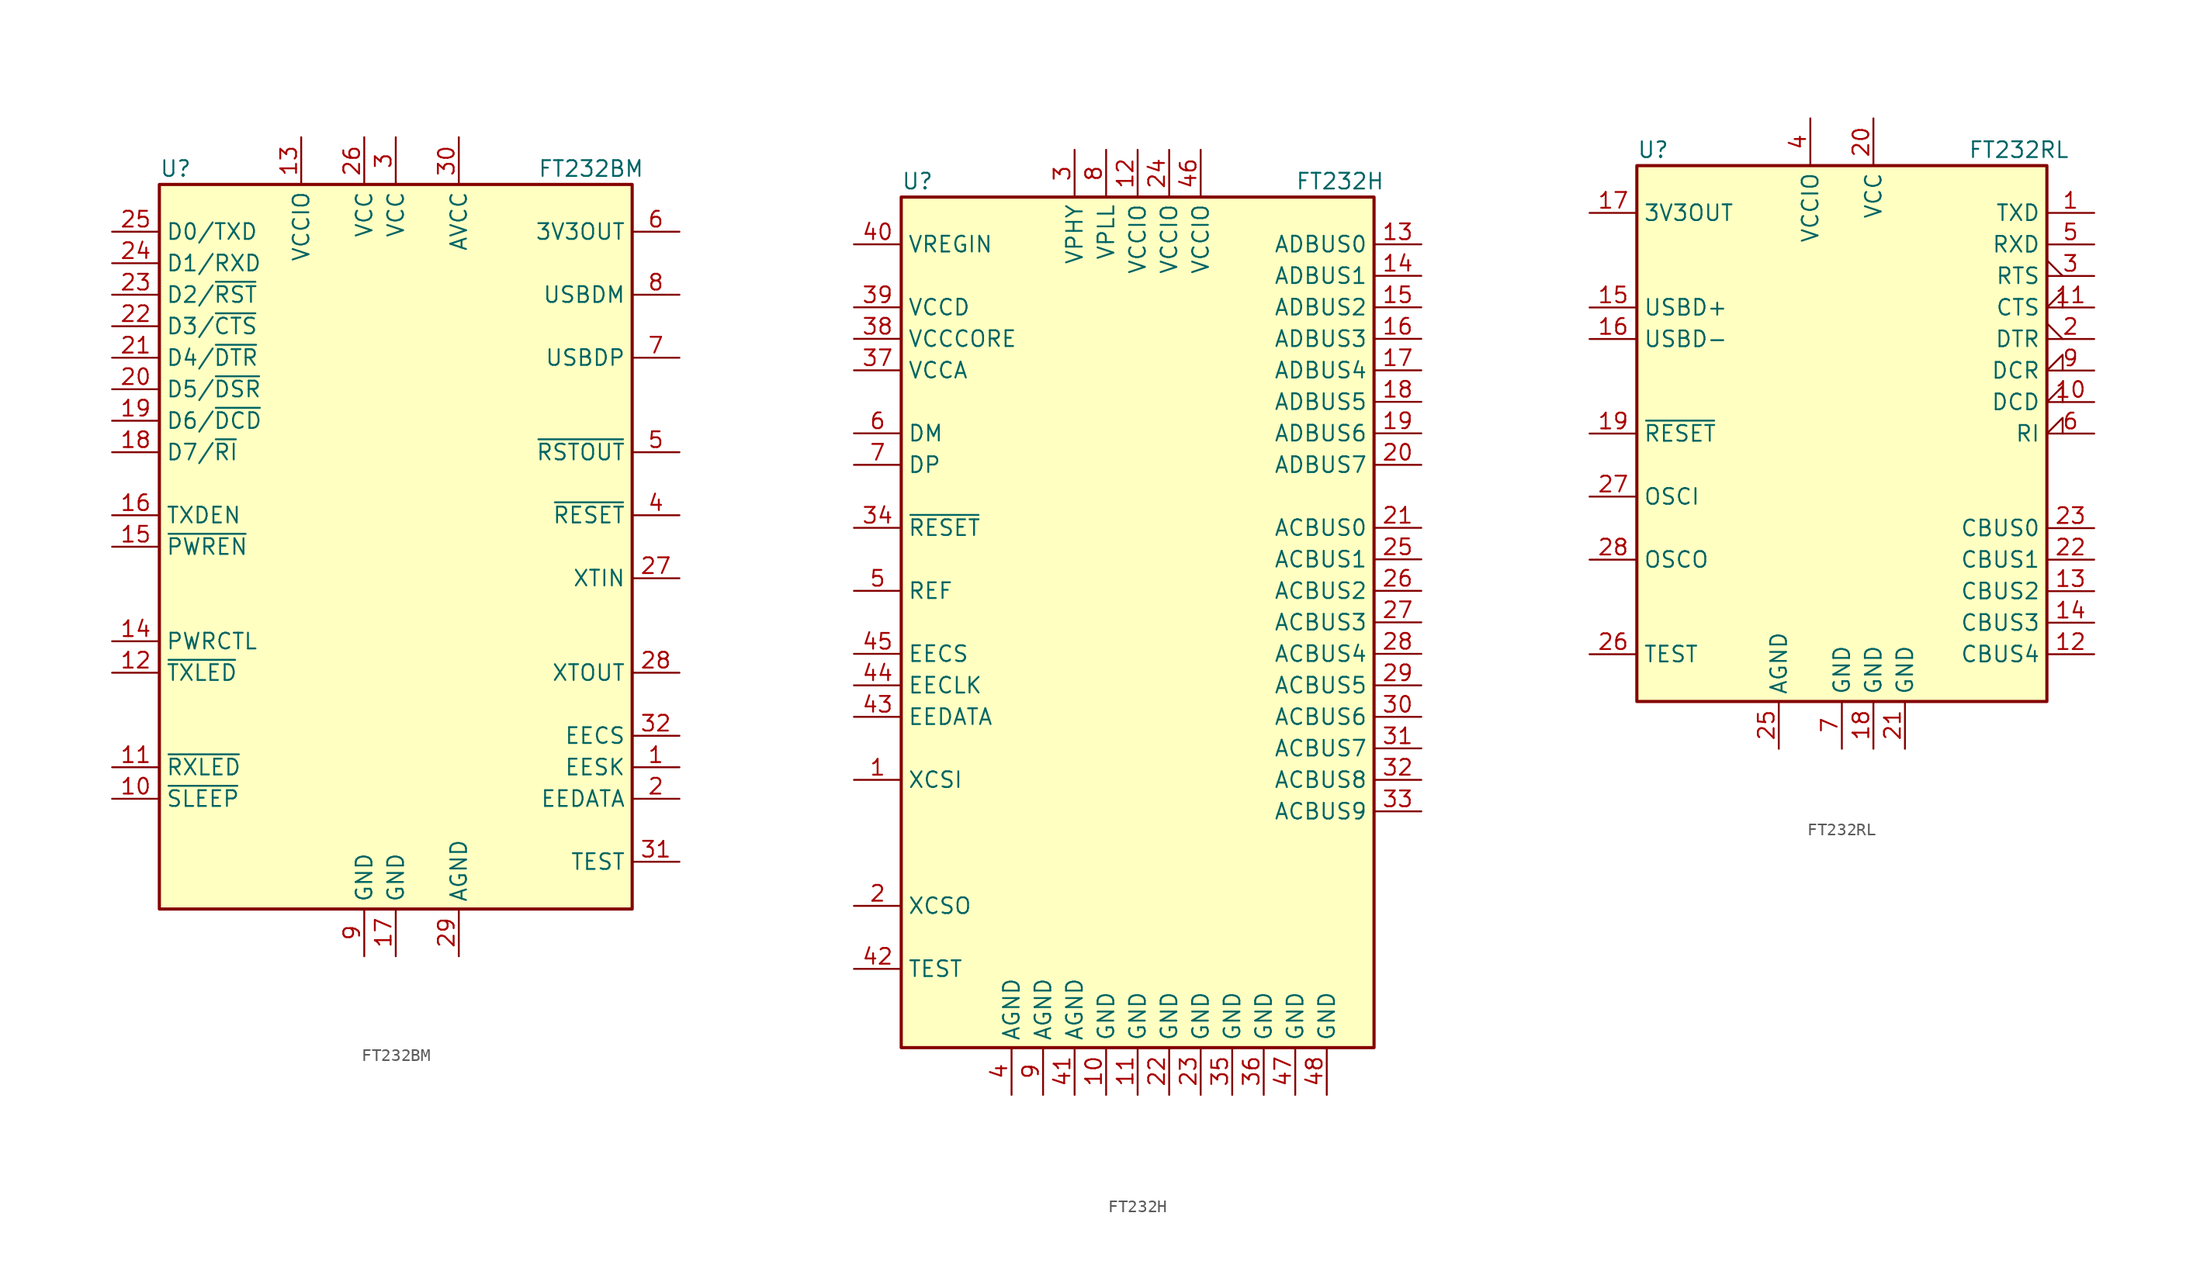
<source format=kicad_sym>
(kicad_symbol_lib
  (version 20211014)
  (generator kicad_symbol_editor)
  (symbol "FT232BM"
    (property "Reference" "U"
      (at -19.05 30.48 0)
      (effects (font (size 1.27 1.27)) (justify left)))
    (property "Value" "FT232BM"
      (at 11.43 30.48 0)
      (effects (font (size 1.27 1.27)) (justify left)))
    (symbol "FT232BM_0_1"
      (rectangle (start -19.05 29.21) (end 19.05 -29.21) (stroke (width 0.254) (type default) (color 0 0 0 0)) (fill (type background))))
    (symbol "FT232BM_1_1"
      (pin output line (at 22.86 -17.78 180) (length 3.81) (name "EESK" (effects (font (size 1.27 1.27)))) (number "1" (effects (font (size 1.27 1.27)))))
      (pin output line (at -22.86 -20.32 0) (length 3.81) (name "~{SLEEP}" (effects (font (size 1.27 1.27)))) (number "10" (effects (font (size 1.27 1.27)))))
      (pin open_collector line (at -22.86 -17.78 0) (length 3.81) (name "~{RXLED}" (effects (font (size 1.27 1.27)))) (number "11" (effects (font (size 1.27 1.27)))))
      (pin open_collector line (at -22.86 -10.16 0) (length 3.81) (name "~{TXLED}" (effects (font (size 1.27 1.27)))) (number "12" (effects (font (size 1.27 1.27)))))
      (pin power_in line (at -7.62 33.02 270) (length 3.81) (name "VCCIO" (effects (font (size 1.27 1.27)))) (number "13" (effects (font (size 1.27 1.27)))))
      (pin input line (at -22.86 -7.62 0) (length 3.81) (name "PWRCTL" (effects (font (size 1.27 1.27)))) (number "14" (effects (font (size 1.27 1.27)))))
      (pin output line (at -22.86 0 0) (length 3.81) (name "~{PWREN}" (effects (font (size 1.27 1.27)))) (number "15" (effects (font (size 1.27 1.27)))))
      (pin output line (at -22.86 2.54 0) (length 3.81) (name "TXDEN" (effects (font (size 1.27 1.27)))) (number "16" (effects (font (size 1.27 1.27)))))
      (pin power_in line (at 0 -33.02 90) (length 3.81) (name "GND" (effects (font (size 1.27 1.27)))) (number "17" (effects (font (size 1.27 1.27)))))
      (pin bidirectional line (at -22.86 7.62 0) (length 3.81) (name "D7/~{RI}" (effects (font (size 1.27 1.27)))) (number "18" (effects (font (size 1.27 1.27)))))
      (pin bidirectional line (at -22.86 10.16 0) (length 3.81) (name "D6/~{DCD}" (effects (font (size 1.27 1.27)))) (number "19" (effects (font (size 1.27 1.27)))))
      (pin bidirectional line (at 22.86 -20.32 180) (length 3.81) (name "EEDATA" (effects (font (size 1.27 1.27)))) (number "2" (effects (font (size 1.27 1.27)))))
      (pin bidirectional line (at -22.86 12.7 0) (length 3.81) (name "D5/~{DSR}" (effects (font (size 1.27 1.27)))) (number "20" (effects (font (size 1.27 1.27)))))
      (pin bidirectional line (at -22.86 15.24 0) (length 3.81) (name "D4/~{DTR}" (effects (font (size 1.27 1.27)))) (number "21" (effects (font (size 1.27 1.27)))))
      (pin bidirectional line (at -22.86 17.78 0) (length 3.81) (name "D3/~{CTS}" (effects (font (size 1.27 1.27)))) (number "22" (effects (font (size 1.27 1.27)))))
      (pin bidirectional line (at -22.86 20.32 0) (length 3.81) (name "D2/~{RST}" (effects (font (size 1.27 1.27)))) (number "23" (effects (font (size 1.27 1.27)))))
      (pin bidirectional line (at -22.86 22.86 0) (length 3.81) (name "D1/RXD" (effects (font (size 1.27 1.27)))) (number "24" (effects (font (size 1.27 1.27)))))
      (pin bidirectional line (at -22.86 25.4 0) (length 3.81) (name "D0/TXD" (effects (font (size 1.27 1.27)))) (number "25" (effects (font (size 1.27 1.27)))))
      (pin power_in line (at -2.54 33.02 270) (length 3.81) (name "VCC" (effects (font (size 1.27 1.27)))) (number "26" (effects (font (size 1.27 1.27)))))
      (pin input line (at 22.86 -2.54 180) (length 3.81) (name "XTIN" (effects (font (size 1.27 1.27)))) (number "27" (effects (font (size 1.27 1.27)))))
      (pin output line (at 22.86 -10.16 180) (length 3.81) (name "XTOUT" (effects (font (size 1.27 1.27)))) (number "28" (effects (font (size 1.27 1.27)))))
      (pin power_in line (at 5.08 -33.02 90) (length 3.81) (name "AGND" (effects (font (size 1.27 1.27)))) (number "29" (effects (font (size 1.27 1.27)))))
      (pin power_in line (at 0 33.02 270) (length 3.81) (name "VCC" (effects (font (size 1.27 1.27)))) (number "3" (effects (font (size 1.27 1.27)))))
      (pin power_in line (at 5.08 33.02 270) (length 3.81) (name "AVCC" (effects (font (size 1.27 1.27)))) (number "30" (effects (font (size 1.27 1.27)))))
      (pin input line (at 22.86 -25.4 180) (length 3.81) (name "TEST" (effects (font (size 1.27 1.27)))) (number "31" (effects (font (size 1.27 1.27)))))
      (pin bidirectional line (at 22.86 -15.24 180) (length 3.81) (name "EECS" (effects (font (size 1.27 1.27)))) (number "32" (effects (font (size 1.27 1.27)))))
      (pin input line (at 22.86 2.54 180) (length 3.81) (name "~{RESET}" (effects (font (size 1.27 1.27)))) (number "4" (effects (font (size 1.27 1.27)))))
      (pin output line (at 22.86 7.62 180) (length 3.81) (name "~{RSTOUT}" (effects (font (size 1.27 1.27)))) (number "5" (effects (font (size 1.27 1.27)))))
      (pin power_out line (at 22.86 25.4 180) (length 3.81) (name "3V3OUT" (effects (font (size 1.27 1.27)))) (number "6" (effects (font (size 1.27 1.27)))))
      (pin bidirectional line (at 22.86 15.24 180) (length 3.81) (name "USBDP" (effects (font (size 1.27 1.27)))) (number "7" (effects (font (size 1.27 1.27)))))
      (pin bidirectional line (at 22.86 20.32 180) (length 3.81) (name "USBDM" (effects (font (size 1.27 1.27)))) (number "8" (effects (font (size 1.27 1.27)))))
      (pin power_in line (at -2.54 -33.02 90) (length 3.81) (name "GND" (effects (font (size 1.27 1.27)))) (number "9" (effects (font (size 1.27 1.27)))))))
  (symbol "FT232H"
    (property "Reference" "U"
      (at -19.05 35.56 0)
      (effects (font (size 1.27 1.27)) (justify left)))
    (property "Value" "FT232H"
      (at 12.7 35.56 0)
      (effects (font (size 1.27 1.27)) (justify left)))
    (symbol "FT232H_0_1"
      (rectangle (start -19.05 34.29) (end 19.05 -34.29) (stroke (width 0.254) (type default) (color 0 0 0 0)) (fill (type background))))
    (symbol "FT232H_1_1"
      (pin input line (at -22.86 -12.7 0) (length 3.81) (name "XCSI" (effects (font (size 1.27 1.27)))) (number "1" (effects (font (size 1.27 1.27)))))
      (pin power_in line (at -2.54 -38.1 90) (length 3.81) (name "GND" (effects (font (size 1.27 1.27)))) (number "10" (effects (font (size 1.27 1.27)))))
      (pin power_in line (at 0 -38.1 90) (length 3.81) (name "GND" (effects (font (size 1.27 1.27)))) (number "11" (effects (font (size 1.27 1.27)))))
      (pin power_in line (at 0 38.1 270) (length 3.81) (name "VCCIO" (effects (font (size 1.27 1.27)))) (number "12" (effects (font (size 1.27 1.27)))))
      (pin bidirectional line (at 22.86 30.48 180) (length 3.81) (name "ADBUS0" (effects (font (size 1.27 1.27)))) (number "13" (effects (font (size 1.27 1.27)))))
      (pin bidirectional line (at 22.86 27.94 180) (length 3.81) (name "ADBUS1" (effects (font (size 1.27 1.27)))) (number "14" (effects (font (size 1.27 1.27)))))
      (pin bidirectional line (at 22.86 25.4 180) (length 3.81) (name "ADBUS2" (effects (font (size 1.27 1.27)))) (number "15" (effects (font (size 1.27 1.27)))))
      (pin bidirectional line (at 22.86 22.86 180) (length 3.81) (name "ADBUS3" (effects (font (size 1.27 1.27)))) (number "16" (effects (font (size 1.27 1.27)))))
      (pin bidirectional line (at 22.86 20.32 180) (length 3.81) (name "ADBUS4" (effects (font (size 1.27 1.27)))) (number "17" (effects (font (size 1.27 1.27)))))
      (pin bidirectional line (at 22.86 17.78 180) (length 3.81) (name "ADBUS5" (effects (font (size 1.27 1.27)))) (number "18" (effects (font (size 1.27 1.27)))))
      (pin bidirectional line (at 22.86 15.24 180) (length 3.81) (name "ADBUS6" (effects (font (size 1.27 1.27)))) (number "19" (effects (font (size 1.27 1.27)))))
      (pin output line (at -22.86 -22.86 0) (length 3.81) (name "XCSO" (effects (font (size 1.27 1.27)))) (number "2" (effects (font (size 1.27 1.27)))))
      (pin bidirectional line (at 22.86 12.7 180) (length 3.81) (name "ADBUS7" (effects (font (size 1.27 1.27)))) (number "20" (effects (font (size 1.27 1.27)))))
      (pin bidirectional line (at 22.86 7.62 180) (length 3.81) (name "ACBUS0" (effects (font (size 1.27 1.27)))) (number "21" (effects (font (size 1.27 1.27)))))
      (pin power_in line (at 2.54 -38.1 90) (length 3.81) (name "GND" (effects (font (size 1.27 1.27)))) (number "22" (effects (font (size 1.27 1.27)))))
      (pin power_in line (at 5.08 -38.1 90) (length 3.81) (name "GND" (effects (font (size 1.27 1.27)))) (number "23" (effects (font (size 1.27 1.27)))))
      (pin power_in line (at 2.54 38.1 270) (length 3.81) (name "VCCIO" (effects (font (size 1.27 1.27)))) (number "24" (effects (font (size 1.27 1.27)))))
      (pin bidirectional line (at 22.86 5.08 180) (length 3.81) (name "ACBUS1" (effects (font (size 1.27 1.27)))) (number "25" (effects (font (size 1.27 1.27)))))
      (pin bidirectional line (at 22.86 2.54 180) (length 3.81) (name "ACBUS2" (effects (font (size 1.27 1.27)))) (number "26" (effects (font (size 1.27 1.27)))))
      (pin bidirectional line (at 22.86 0 180) (length 3.81) (name "ACBUS3" (effects (font (size 1.27 1.27)))) (number "27" (effects (font (size 1.27 1.27)))))
      (pin bidirectional line (at 22.86 -2.54 180) (length 3.81) (name "ACBUS4" (effects (font (size 1.27 1.27)))) (number "28" (effects (font (size 1.27 1.27)))))
      (pin bidirectional line (at 22.86 -5.08 180) (length 3.81) (name "ACBUS5" (effects (font (size 1.27 1.27)))) (number "29" (effects (font (size 1.27 1.27)))))
      (pin power_in line (at -5.08 38.1 270) (length 3.81) (name "VPHY" (effects (font (size 1.27 1.27)))) (number "3" (effects (font (size 1.27 1.27)))))
      (pin bidirectional line (at 22.86 -7.62 180) (length 3.81) (name "ACBUS6" (effects (font (size 1.27 1.27)))) (number "30" (effects (font (size 1.27 1.27)))))
      (pin bidirectional line (at 22.86 -10.16 180) (length 3.81) (name "ACBUS7" (effects (font (size 1.27 1.27)))) (number "31" (effects (font (size 1.27 1.27)))))
      (pin bidirectional line (at 22.86 -12.7 180) (length 3.81) (name "ACBUS8" (effects (font (size 1.27 1.27)))) (number "32" (effects (font (size 1.27 1.27)))))
      (pin bidirectional line (at 22.86 -15.24 180) (length 3.81) (name "ACBUS9" (effects (font (size 1.27 1.27)))) (number "33" (effects (font (size 1.27 1.27)))))
      (pin input line (at -22.86 7.62 0) (length 3.81) (name "~{RESET}" (effects (font (size 1.27 1.27)))) (number "34" (effects (font (size 1.27 1.27)))))
      (pin power_in line (at 7.62 -38.1 90) (length 3.81) (name "GND" (effects (font (size 1.27 1.27)))) (number "35" (effects (font (size 1.27 1.27)))))
      (pin power_in line (at 10.16 -38.1 90) (length 3.81) (name "GND" (effects (font (size 1.27 1.27)))) (number "36" (effects (font (size 1.27 1.27)))))
      (pin power_out line (at -22.86 20.32 0) (length 3.81) (name "VCCA" (effects (font (size 1.27 1.27)))) (number "37" (effects (font (size 1.27 1.27)))))
      (pin power_out line (at -22.86 22.86 0) (length 3.81) (name "VCCCORE" (effects (font (size 1.27 1.27)))) (number "38" (effects (font (size 1.27 1.27)))))
      (pin power_in line (at -22.86 25.4 0) (length 3.81) (name "VCCD" (effects (font (size 1.27 1.27)))) (number "39" (effects (font (size 1.27 1.27)))))
      (pin power_in line (at -10.16 -38.1 90) (length 3.81) (name "AGND" (effects (font (size 1.27 1.27)))) (number "4" (effects (font (size 1.27 1.27)))))
      (pin power_in line (at -22.86 30.48 0) (length 3.81) (name "VREGIN" (effects (font (size 1.27 1.27)))) (number "40" (effects (font (size 1.27 1.27)))))
      (pin power_in line (at -5.08 -38.1 90) (length 3.81) (name "AGND" (effects (font (size 1.27 1.27)))) (number "41" (effects (font (size 1.27 1.27)))))
      (pin input line (at -22.86 -27.94 0) (length 3.81) (name "TEST" (effects (font (size 1.27 1.27)))) (number "42" (effects (font (size 1.27 1.27)))))
      (pin bidirectional line (at -22.86 -7.62 0) (length 3.81) (name "EEDATA" (effects (font (size 1.27 1.27)))) (number "43" (effects (font (size 1.27 1.27)))))
      (pin input line (at -22.86 -5.08 0) (length 3.81) (name "EECLK" (effects (font (size 1.27 1.27)))) (number "44" (effects (font (size 1.27 1.27)))))
      (pin input line (at -22.86 -2.54 0) (length 3.81) (name "EECS" (effects (font (size 1.27 1.27)))) (number "45" (effects (font (size 1.27 1.27)))))
      (pin power_in line (at 5.08 38.1 270) (length 3.81) (name "VCCIO" (effects (font (size 1.27 1.27)))) (number "46" (effects (font (size 1.27 1.27)))))
      (pin power_in line (at 12.7 -38.1 90) (length 3.81) (name "GND" (effects (font (size 1.27 1.27)))) (number "47" (effects (font (size 1.27 1.27)))))
      (pin power_in line (at 15.24 -38.1 90) (length 3.81) (name "GND" (effects (font (size 1.27 1.27)))) (number "48" (effects (font (size 1.27 1.27)))))
      (pin input line (at -22.86 2.54 0) (length 3.81) (name "REF" (effects (font (size 1.27 1.27)))) (number "5" (effects (font (size 1.27 1.27)))))
      (pin bidirectional line (at -22.86 15.24 0) (length 3.81) (name "DM" (effects (font (size 1.27 1.27)))) (number "6" (effects (font (size 1.27 1.27)))))
      (pin bidirectional line (at -22.86 12.7 0) (length 3.81) (name "DP" (effects (font (size 1.27 1.27)))) (number "7" (effects (font (size 1.27 1.27)))))
      (pin power_in line (at -2.54 38.1 270) (length 3.81) (name "VPLL" (effects (font (size 1.27 1.27)))) (number "8" (effects (font (size 1.27 1.27)))))
      (pin power_in line (at -7.62 -38.1 90) (length 3.81) (name "AGND" (effects (font (size 1.27 1.27)))) (number "9" (effects (font (size 1.27 1.27)))))))
  (symbol "FT232RL"
    (property "Reference" "U"
      (at -16.51 22.86 0)
      (effects (font (size 1.27 1.27)) (justify left)))
    (property "Value" "FT232RL"
      (at 10.16 22.86 0)
      (effects (font (size 1.27 1.27)) (justify left)))
    (symbol "FT232RL_0_1"
      (rectangle (start -16.51 21.59) (end 16.51 -21.59) (stroke (width 0.254) (type default) (color 0 0 0 0)) (fill (type background))))
    (symbol "FT232RL_1_1"
      (pin output line (at 20.32 17.78 180) (length 3.81) (name "TXD" (effects (font (size 1.27 1.27)))) (number "1" (effects (font (size 1.27 1.27)))))
      (pin input input_low (at 20.32 2.54 180) (length 3.81) (name "DCD" (effects (font (size 1.27 1.27)))) (number "10" (effects (font (size 1.27 1.27)))))
      (pin input input_low (at 20.32 10.16 180) (length 3.81) (name "CTS" (effects (font (size 1.27 1.27)))) (number "11" (effects (font (size 1.27 1.27)))))
      (pin bidirectional line (at 20.32 -17.78 180) (length 3.81) (name "CBUS4" (effects (font (size 1.27 1.27)))) (number "12" (effects (font (size 1.27 1.27)))))
      (pin bidirectional line (at 20.32 -12.7 180) (length 3.81) (name "CBUS2" (effects (font (size 1.27 1.27)))) (number "13" (effects (font (size 1.27 1.27)))))
      (pin bidirectional line (at 20.32 -15.24 180) (length 3.81) (name "CBUS3" (effects (font (size 1.27 1.27)))) (number "14" (effects (font (size 1.27 1.27)))))
      (pin bidirectional line (at -20.32 10.16 0) (length 3.81) (name "USBD+" (effects (font (size 1.27 1.27)))) (number "15" (effects (font (size 1.27 1.27)))))
      (pin bidirectional line (at -20.32 7.62 0) (length 3.81) (name "USBD-" (effects (font (size 1.27 1.27)))) (number "16" (effects (font (size 1.27 1.27)))))
      (pin power_out line (at -20.32 17.78 0) (length 3.81) (name "3V3OUT" (effects (font (size 1.27 1.27)))) (number "17" (effects (font (size 1.27 1.27)))))
      (pin power_in line (at 2.54 -25.4 90) (length 3.81) (name "GND" (effects (font (size 1.27 1.27)))) (number "18" (effects (font (size 1.27 1.27)))))
      (pin input line (at -20.32 0 0) (length 3.81) (name "~{RESET}" (effects (font (size 1.27 1.27)))) (number "19" (effects (font (size 1.27 1.27)))))
      (pin output output_low (at 20.32 7.62 180) (length 3.81) (name "DTR" (effects (font (size 1.27 1.27)))) (number "2" (effects (font (size 1.27 1.27)))))
      (pin power_in line (at 2.54 25.4 270) (length 3.81) (name "VCC" (effects (font (size 1.27 1.27)))) (number "20" (effects (font (size 1.27 1.27)))))
      (pin power_in line (at 5.08 -25.4 90) (length 3.81) (name "GND" (effects (font (size 1.27 1.27)))) (number "21" (effects (font (size 1.27 1.27)))))
      (pin bidirectional line (at 20.32 -10.16 180) (length 3.81) (name "CBUS1" (effects (font (size 1.27 1.27)))) (number "22" (effects (font (size 1.27 1.27)))))
      (pin bidirectional line (at 20.32 -7.62 180) (length 3.81) (name "CBUS0" (effects (font (size 1.27 1.27)))) (number "23" (effects (font (size 1.27 1.27)))))
      (pin power_in line (at -5.08 -25.4 90) (length 3.81) (name "AGND" (effects (font (size 1.27 1.27)))) (number "25" (effects (font (size 1.27 1.27)))))
      (pin input line (at -20.32 -17.78 0) (length 3.81) (name "TEST" (effects (font (size 1.27 1.27)))) (number "26" (effects (font (size 1.27 1.27)))))
      (pin input line (at -20.32 -5.08 0) (length 3.81) (name "OSCI" (effects (font (size 1.27 1.27)))) (number "27" (effects (font (size 1.27 1.27)))))
      (pin output line (at -20.32 -10.16 0) (length 3.81) (name "OSCO" (effects (font (size 1.27 1.27)))) (number "28" (effects (font (size 1.27 1.27)))))
      (pin output output_low (at 20.32 12.7 180) (length 3.81) (name "RTS" (effects (font (size 1.27 1.27)))) (number "3" (effects (font (size 1.27 1.27)))))
      (pin power_in line (at -2.54 25.4 270) (length 3.81) (name "VCCIO" (effects (font (size 1.27 1.27)))) (number "4" (effects (font (size 1.27 1.27)))))
      (pin input line (at 20.32 15.24 180) (length 3.81) (name "RXD" (effects (font (size 1.27 1.27)))) (number "5" (effects (font (size 1.27 1.27)))))
      (pin input input_low (at 20.32 0 180) (length 3.81) (name "RI" (effects (font (size 1.27 1.27)))) (number "6" (effects (font (size 1.27 1.27)))))
      (pin power_in line (at 0 -25.4 90) (length 3.81) (name "GND" (effects (font (size 1.27 1.27)))) (number "7" (effects (font (size 1.27 1.27)))))
      (pin input input_low (at 20.32 5.08 180) (length 3.81) (name "DCR" (effects (font (size 1.27 1.27)))) (number "9" (effects (font (size 1.27 1.27))))))))
</source>
